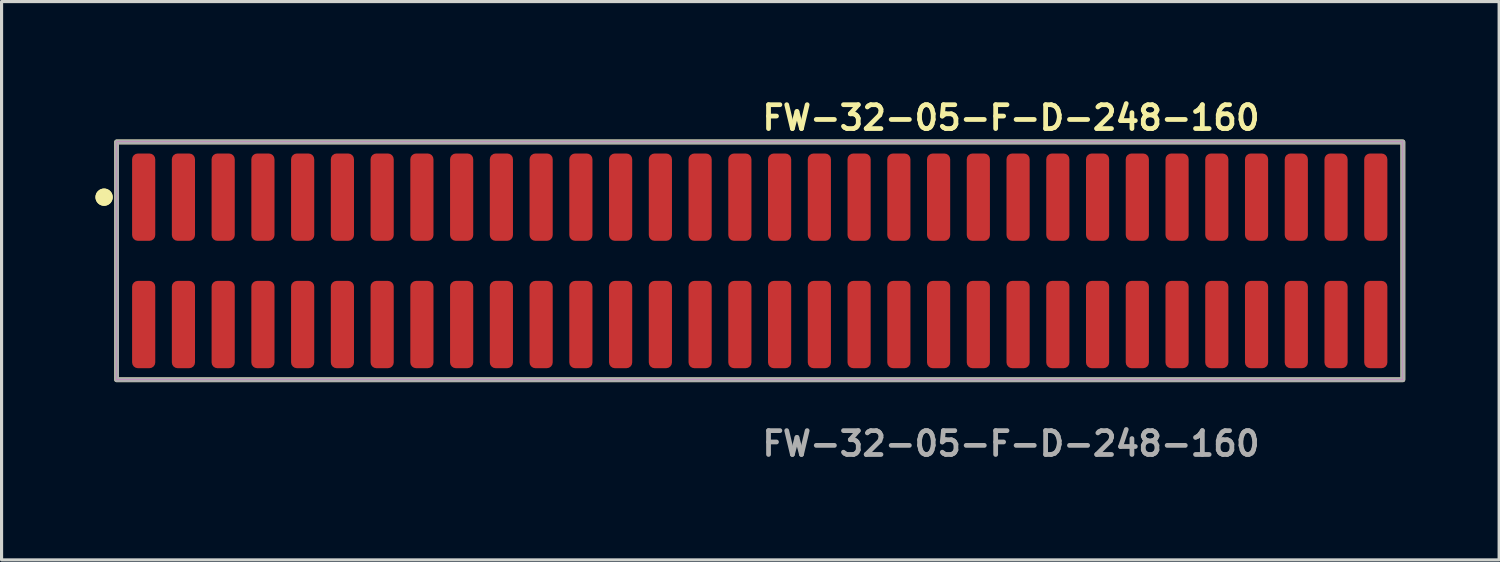
<source format=kicad_pcb>
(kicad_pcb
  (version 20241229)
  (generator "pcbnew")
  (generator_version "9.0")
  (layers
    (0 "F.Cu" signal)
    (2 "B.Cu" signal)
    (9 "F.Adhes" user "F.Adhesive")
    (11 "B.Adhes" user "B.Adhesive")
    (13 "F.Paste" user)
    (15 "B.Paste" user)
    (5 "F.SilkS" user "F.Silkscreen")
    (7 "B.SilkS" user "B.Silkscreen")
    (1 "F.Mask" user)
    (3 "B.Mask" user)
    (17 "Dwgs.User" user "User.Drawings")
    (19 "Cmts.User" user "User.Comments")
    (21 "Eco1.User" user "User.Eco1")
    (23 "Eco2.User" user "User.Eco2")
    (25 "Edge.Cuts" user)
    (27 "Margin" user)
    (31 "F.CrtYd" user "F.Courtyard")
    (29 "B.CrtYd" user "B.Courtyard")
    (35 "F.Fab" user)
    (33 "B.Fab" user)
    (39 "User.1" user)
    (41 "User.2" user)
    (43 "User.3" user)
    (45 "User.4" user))
  (footprint "FW-32-05-F-D-248-160"
    (layer "F.Cu")
    (at 21.226 5.285)
    (property "Reference" "FW-32-05-F-D-248-160" (at 0 -4.572 0) (unlocked yes) (layer "F.SilkS") (effects (font (size 0.762 0.762) (thickness 0.152)) (justify left)))
    (fp_rect (start -20.55 3.8) (end 20.55 -3.8) (stroke (width 0.152) (type solid)) (fill no) (layer "F.SilkS"))
    (fp_circle (center -20.95 -2.035) (end -21.15 -2.035) (stroke (width 0.152) (type solid)) (fill yes) (layer "F.SilkS"))
    (fp_circle (center -20.95 -2.035) (end -21.15 -2.035) (stroke (width 0.152) (type solid)) (fill yes) (layer "F.SilkS"))
    (fp_rect (start -20.55 3.8) (end 20.55 -3.8) (stroke (width 0.006) (type solid)) (fill no) (layer "F.CrtYd"))
    (fp_rect (start -20.55 3.8) (end 20.55 -3.8) (stroke (width 0.152) (type solid)) (fill no) (layer "F.Fab"))
    (fp_text user "${REFERENCE}" (at 0 5.842 0) (unlocked yes) (layer "F.Fab") (effects (font (size 0.762 0.762) (thickness 0.152)) (justify left)))
    (pad "1" smd roundrect (at -19.685 -2.035) (size 0.74 2.79) (layers "F.Cu" "F.Paste") (roundrect_rratio 0.25))
    (pad "2" smd roundrect (at -19.685 2.035) (size 0.74 2.79) (layers "F.Cu" "F.Paste") (roundrect_rratio 0.25))
    (pad "3" smd roundrect (at -18.415 -2.035) (size 0.74 2.79) (layers "F.Cu" "F.Paste") (roundrect_rratio 0.25))
    (pad "4" smd roundrect (at -18.415 2.035) (size 0.74 2.79) (layers "F.Cu" "F.Paste") (roundrect_rratio 0.25))
    (pad "5" smd roundrect (at -17.145 -2.035) (size 0.74 2.79) (layers "F.Cu" "F.Paste") (roundrect_rratio 0.25))
    (pad "6" smd roundrect (at -17.145 2.035) (size 0.74 2.79) (layers "F.Cu" "F.Paste") (roundrect_rratio 0.25))
    (pad "7" smd roundrect (at -15.875 -2.035) (size 0.74 2.79) (layers "F.Cu" "F.Paste") (roundrect_rratio 0.25))
    (pad "8" smd roundrect (at -15.875 2.035) (size 0.74 2.79) (layers "F.Cu" "F.Paste") (roundrect_rratio 0.25))
    (pad "9" smd roundrect (at -14.605 -2.035) (size 0.74 2.79) (layers "F.Cu" "F.Paste") (roundrect_rratio 0.25))
    (pad "10" smd roundrect (at -14.605 2.035) (size 0.74 2.79) (layers "F.Cu" "F.Paste") (roundrect_rratio 0.25))
    (pad "11" smd roundrect (at -13.335 -2.035) (size 0.74 2.79) (layers "F.Cu" "F.Paste") (roundrect_rratio 0.25))
    (pad "12" smd roundrect (at -13.335 2.035) (size 0.74 2.79) (layers "F.Cu" "F.Paste") (roundrect_rratio 0.25))
    (pad "13" smd roundrect (at -12.065 -2.035) (size 0.74 2.79) (layers "F.Cu" "F.Paste") (roundrect_rratio 0.25))
    (pad "14" smd roundrect (at -12.065 2.035) (size 0.74 2.79) (layers "F.Cu" "F.Paste") (roundrect_rratio 0.25))
    (pad "15" smd roundrect (at -10.795 -2.035) (size 0.74 2.79) (layers "F.Cu" "F.Paste") (roundrect_rratio 0.25))
    (pad "16" smd roundrect (at -10.795 2.035) (size 0.74 2.79) (layers "F.Cu" "F.Paste") (roundrect_rratio 0.25))
    (pad "17" smd roundrect (at -9.525 -2.035) (size 0.74 2.79) (layers "F.Cu" "F.Paste") (roundrect_rratio 0.25))
    (pad "18" smd roundrect (at -9.525 2.035) (size 0.74 2.79) (layers "F.Cu" "F.Paste") (roundrect_rratio 0.25))
    (pad "19" smd roundrect (at -8.255 -2.035) (size 0.74 2.79) (layers "F.Cu" "F.Paste") (roundrect_rratio 0.25))
    (pad "20" smd roundrect (at -8.255 2.035) (size 0.74 2.79) (layers "F.Cu" "F.Paste") (roundrect_rratio 0.25))
    (pad "21" smd roundrect (at -6.985 -2.035) (size 0.74 2.79) (layers "F.Cu" "F.Paste") (roundrect_rratio 0.25))
    (pad "22" smd roundrect (at -6.985 2.035) (size 0.74 2.79) (layers "F.Cu" "F.Paste") (roundrect_rratio 0.25))
    (pad "23" smd roundrect (at -5.715 -2.035) (size 0.74 2.79) (layers "F.Cu" "F.Paste") (roundrect_rratio 0.25))
    (pad "24" smd roundrect (at -5.715 2.035) (size 0.74 2.79) (layers "F.Cu" "F.Paste") (roundrect_rratio 0.25))
    (pad "25" smd roundrect (at -4.445 -2.035) (size 0.74 2.79) (layers "F.Cu" "F.Paste") (roundrect_rratio 0.25))
    (pad "26" smd roundrect (at -4.445 2.035) (size 0.74 2.79) (layers "F.Cu" "F.Paste") (roundrect_rratio 0.25))
    (pad "27" smd roundrect (at -3.175 -2.035) (size 0.74 2.79) (layers "F.Cu" "F.Paste") (roundrect_rratio 0.25))
    (pad "28" smd roundrect (at -3.175 2.035) (size 0.74 2.79) (layers "F.Cu" "F.Paste") (roundrect_rratio 0.25))
    (pad "29" smd roundrect (at -1.905 -2.035) (size 0.74 2.79) (layers "F.Cu" "F.Paste") (roundrect_rratio 0.25))
    (pad "30" smd roundrect (at -1.905 2.035) (size 0.74 2.79) (layers "F.Cu" "F.Paste") (roundrect_rratio 0.25))
    (pad "31" smd roundrect (at -0.635 -2.035) (size 0.74 2.79) (layers "F.Cu" "F.Paste") (roundrect_rratio 0.25))
    (pad "32" smd roundrect (at -0.635 2.035) (size 0.74 2.79) (layers "F.Cu" "F.Paste") (roundrect_rratio 0.25))
    (pad "33" smd roundrect (at 0.635 -2.035) (size 0.74 2.79) (layers "F.Cu" "F.Paste") (roundrect_rratio 0.25))
    (pad "34" smd roundrect (at 0.635 2.035) (size 0.74 2.79) (layers "F.Cu" "F.Paste") (roundrect_rratio 0.25))
    (pad "35" smd roundrect (at 1.905 -2.035) (size 0.74 2.79) (layers "F.Cu" "F.Paste") (roundrect_rratio 0.25))
    (pad "36" smd roundrect (at 1.905 2.035) (size 0.74 2.79) (layers "F.Cu" "F.Paste") (roundrect_rratio 0.25))
    (pad "37" smd roundrect (at 3.175 -2.035) (size 0.74 2.79) (layers "F.Cu" "F.Paste") (roundrect_rratio 0.25))
    (pad "38" smd roundrect (at 3.175 2.035) (size 0.74 2.79) (layers "F.Cu" "F.Paste") (roundrect_rratio 0.25))
    (pad "39" smd roundrect (at 4.445 -2.035) (size 0.74 2.79) (layers "F.Cu" "F.Paste") (roundrect_rratio 0.25))
    (pad "40" smd roundrect (at 4.445 2.035) (size 0.74 2.79) (layers "F.Cu" "F.Paste") (roundrect_rratio 0.25))
    (pad "41" smd roundrect (at 5.715 -2.035) (size 0.74 2.79) (layers "F.Cu" "F.Paste") (roundrect_rratio 0.25))
    (pad "42" smd roundrect (at 5.715 2.035) (size 0.74 2.79) (layers "F.Cu" "F.Paste") (roundrect_rratio 0.25))
    (pad "43" smd roundrect (at 6.985 -2.035) (size 0.74 2.79) (layers "F.Cu" "F.Paste") (roundrect_rratio 0.25))
    (pad "44" smd roundrect (at 6.985 2.035) (size 0.74 2.79) (layers "F.Cu" "F.Paste") (roundrect_rratio 0.25))
    (pad "45" smd roundrect (at 8.255 -2.035) (size 0.74 2.79) (layers "F.Cu" "F.Paste") (roundrect_rratio 0.25))
    (pad "46" smd roundrect (at 8.255 2.035) (size 0.74 2.79) (layers "F.Cu" "F.Paste") (roundrect_rratio 0.25))
    (pad "47" smd roundrect (at 9.525 -2.035) (size 0.74 2.79) (layers "F.Cu" "F.Paste") (roundrect_rratio 0.25))
    (pad "48" smd roundrect (at 9.525 2.035) (size 0.74 2.79) (layers "F.Cu" "F.Paste") (roundrect_rratio 0.25))
    (pad "49" smd roundrect (at 10.795 -2.035) (size 0.74 2.79) (layers "F.Cu" "F.Paste") (roundrect_rratio 0.25))
    (pad "50" smd roundrect (at 10.795 2.035) (size 0.74 2.79) (layers "F.Cu" "F.Paste") (roundrect_rratio 0.25))
    (pad "51" smd roundrect (at 12.065 -2.035) (size 0.74 2.79) (layers "F.Cu" "F.Paste") (roundrect_rratio 0.25))
    (pad "52" smd roundrect (at 12.065 2.035) (size 0.74 2.79) (layers "F.Cu" "F.Paste") (roundrect_rratio 0.25))
    (pad "53" smd roundrect (at 13.335 -2.035) (size 0.74 2.79) (layers "F.Cu" "F.Paste") (roundrect_rratio 0.25))
    (pad "54" smd roundrect (at 13.335 2.035) (size 0.74 2.79) (layers "F.Cu" "F.Paste") (roundrect_rratio 0.25))
    (pad "55" smd roundrect (at 14.605 -2.035) (size 0.74 2.79) (layers "F.Cu" "F.Paste") (roundrect_rratio 0.25))
    (pad "56" smd roundrect (at 14.605 2.035) (size 0.74 2.79) (layers "F.Cu" "F.Paste") (roundrect_rratio 0.25))
    (pad "57" smd roundrect (at 15.875 -2.035) (size 0.74 2.79) (layers "F.Cu" "F.Paste") (roundrect_rratio 0.25))
    (pad "58" smd roundrect (at 15.875 2.035) (size 0.74 2.79) (layers "F.Cu" "F.Paste") (roundrect_rratio 0.25))
    (pad "59" smd roundrect (at 17.145 -2.035) (size 0.74 2.79) (layers "F.Cu" "F.Paste") (roundrect_rratio 0.25))
    (pad "60" smd roundrect (at 17.145 2.035) (size 0.74 2.79) (layers "F.Cu" "F.Paste") (roundrect_rratio 0.25))
    (pad "61" smd roundrect (at 18.415 -2.035) (size 0.74 2.79) (layers "F.Cu" "F.Paste") (roundrect_rratio 0.25))
    (pad "62" smd roundrect (at 18.415 2.035) (size 0.74 2.79) (layers "F.Cu" "F.Paste") (roundrect_rratio 0.25))
    (pad "63" smd roundrect (at 19.685 -2.035) (size 0.74 2.79) (layers "F.Cu" "F.Paste") (roundrect_rratio 0.25))
    (pad "64" smd roundrect (at 19.685 2.035) (size 0.74 2.79) (layers "F.Cu" "F.Paste") (roundrect_rratio 0.25)))
  (gr_rect
    (start -3 -3)
    (end 44.852 14.84)
    (stroke (width 0.1) (type default))
    (fill no)
    (layer "Edge.Cuts")))
</source>
